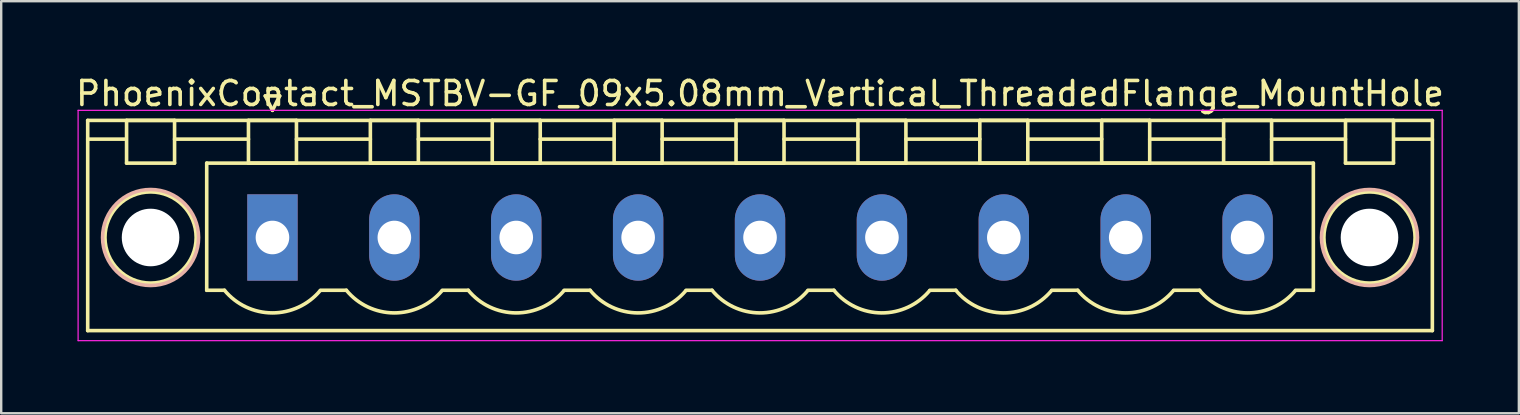
<source format=kicad_pcb>
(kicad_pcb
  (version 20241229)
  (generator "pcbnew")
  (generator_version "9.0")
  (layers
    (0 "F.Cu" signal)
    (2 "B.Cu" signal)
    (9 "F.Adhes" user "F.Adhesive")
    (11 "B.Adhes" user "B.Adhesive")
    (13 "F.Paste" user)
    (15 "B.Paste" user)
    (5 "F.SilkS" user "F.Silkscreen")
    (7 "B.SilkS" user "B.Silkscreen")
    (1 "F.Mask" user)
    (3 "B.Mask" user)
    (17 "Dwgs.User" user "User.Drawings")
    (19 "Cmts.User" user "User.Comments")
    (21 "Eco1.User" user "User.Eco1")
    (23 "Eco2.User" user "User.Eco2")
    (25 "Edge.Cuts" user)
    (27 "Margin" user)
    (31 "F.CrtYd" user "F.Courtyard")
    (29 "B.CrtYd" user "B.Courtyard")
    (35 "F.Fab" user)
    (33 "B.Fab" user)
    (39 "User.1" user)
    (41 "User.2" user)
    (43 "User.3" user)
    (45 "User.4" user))
  (footprint "PhoenixContact_MSTBV-GF_09x5.08mm_Vertical_ThreadedFlange_MountHole"
    (layer "F.Cu")
    (at 8.305 6.848)
    (property "Reference" "PhoenixContact_MSTBV-GF_09x5.08mm_Vertical_ThreadedFlange_MountHole" (at 20.32 -6 0) (layer "F.SilkS") (effects (font (size 1 1) (thickness 0.15))))
    (attr through_hole)
    (fp_line (start -7.7 -4.88) (end -7.7 3.88) (stroke (width 0.15) (type solid)) (layer "F.SilkS"))
    (fp_line (start -7.7 -4.1) (end -6.16 -4.1) (stroke (width 0.15) (type solid)) (layer "F.SilkS"))
    (fp_line (start -7.7 3.88) (end 48.34 3.88) (stroke (width 0.15) (type solid)) (layer "F.SilkS"))
    (fp_line (start -6.08 -4.88) (end -4.08 -4.88) (stroke (width 0.15) (type solid)) (layer "F.SilkS"))
    (fp_line (start -6.08 -3.1) (end -6.08 -4.88) (stroke (width 0.15) (type solid)) (layer "F.SilkS"))
    (fp_line (start -4.08 -4.88) (end -4.08 -3.1) (stroke (width 0.15) (type solid)) (layer "F.SilkS"))
    (fp_line (start -4.08 -4.1) (end -1 -4.1) (stroke (width 0.15) (type solid)) (layer "F.SilkS"))
    (fp_line (start -4.08 -3.1) (end -6.08 -3.1) (stroke (width 0.15) (type solid)) (layer "F.SilkS"))
    (fp_line (start -2.74 -3.1) (end 43.38 -3.1) (stroke (width 0.15) (type solid)) (layer "F.SilkS"))
    (fp_line (start -2.74 2.2) (end -2.74 -3.1) (stroke (width 0.15) (type solid)) (layer "F.SilkS"))
    (fp_line (start -2 2.2) (end -2.74 2.2) (stroke (width 0.15) (type solid)) (layer "F.SilkS"))
    (fp_line (start -1 -4.88) (end 1 -4.88) (stroke (width 0.15) (type solid)) (layer "F.SilkS"))
    (fp_line (start -1 -3.1) (end -1 -4.88) (stroke (width 0.15) (type solid)) (layer "F.SilkS"))
    (fp_line (start -0.3 -5.9) (end 0 -5.3) (stroke (width 0.15) (type solid)) (layer "F.SilkS"))
    (fp_line (start 0 -5.3) (end 0.3 -5.9) (stroke (width 0.15) (type solid)) (layer "F.SilkS"))
    (fp_line (start 0.3 -5.9) (end -0.3 -5.9) (stroke (width 0.15) (type solid)) (layer "F.SilkS"))
    (fp_line (start 1 -4.88) (end 1 -3.1) (stroke (width 0.15) (type solid)) (layer "F.SilkS"))
    (fp_line (start 1 -4.1) (end 4.08 -4.1) (stroke (width 0.15) (type solid)) (layer "F.SilkS"))
    (fp_line (start 1 -3.1) (end -1 -3.1) (stroke (width 0.15) (type solid)) (layer "F.SilkS"))
    (fp_line (start 2 2.2) (end 3.08 2.2) (stroke (width 0.15) (type solid)) (layer "F.SilkS"))
    (fp_line (start 4.08 -4.88) (end 6.08 -4.88) (stroke (width 0.15) (type solid)) (layer "F.SilkS"))
    (fp_line (start 4.08 -3.1) (end 4.08 -4.88) (stroke (width 0.15) (type solid)) (layer "F.SilkS"))
    (fp_line (start 6.08 -4.88) (end 6.08 -3.1) (stroke (width 0.15) (type solid)) (layer "F.SilkS"))
    (fp_line (start 6.08 -4.1) (end 9.16 -4.1) (stroke (width 0.15) (type solid)) (layer "F.SilkS"))
    (fp_line (start 6.08 -3.1) (end 4.08 -3.1) (stroke (width 0.15) (type solid)) (layer "F.SilkS"))
    (fp_line (start 7.08 2.2) (end 8.16 2.2) (stroke (width 0.15) (type solid)) (layer "F.SilkS"))
    (fp_line (start 9.16 -4.88) (end 11.16 -4.88) (stroke (width 0.15) (type solid)) (layer "F.SilkS"))
    (fp_line (start 9.16 -3.1) (end 9.16 -4.88) (stroke (width 0.15) (type solid)) (layer "F.SilkS"))
    (fp_line (start 11.16 -4.88) (end 11.16 -3.1) (stroke (width 0.15) (type solid)) (layer "F.SilkS"))
    (fp_line (start 11.16 -4.1) (end 14.24 -4.1) (stroke (width 0.15) (type solid)) (layer "F.SilkS"))
    (fp_line (start 11.16 -3.1) (end 9.16 -3.1) (stroke (width 0.15) (type solid)) (layer "F.SilkS"))
    (fp_line (start 12.16 2.2) (end 13.24 2.2) (stroke (width 0.15) (type solid)) (layer "F.SilkS"))
    (fp_line (start 14.24 -4.88) (end 16.24 -4.88) (stroke (width 0.15) (type solid)) (layer "F.SilkS"))
    (fp_line (start 14.24 -3.1) (end 14.24 -4.88) (stroke (width 0.15) (type solid)) (layer "F.SilkS"))
    (fp_line (start 16.24 -4.88) (end 16.24 -3.1) (stroke (width 0.15) (type solid)) (layer "F.SilkS"))
    (fp_line (start 16.24 -4.1) (end 19.32 -4.1) (stroke (width 0.15) (type solid)) (layer "F.SilkS"))
    (fp_line (start 16.24 -3.1) (end 14.24 -3.1) (stroke (width 0.15) (type solid)) (layer "F.SilkS"))
    (fp_line (start 17.24 2.2) (end 18.32 2.2) (stroke (width 0.15) (type solid)) (layer "F.SilkS"))
    (fp_line (start 19.32 -4.88) (end 21.32 -4.88) (stroke (width 0.15) (type solid)) (layer "F.SilkS"))
    (fp_line (start 19.32 -3.1) (end 19.32 -4.88) (stroke (width 0.15) (type solid)) (layer "F.SilkS"))
    (fp_line (start 21.32 -4.88) (end 21.32 -3.1) (stroke (width 0.15) (type solid)) (layer "F.SilkS"))
    (fp_line (start 21.32 -4.1) (end 24.4 -4.1) (stroke (width 0.15) (type solid)) (layer "F.SilkS"))
    (fp_line (start 21.32 -3.1) (end 19.32 -3.1) (stroke (width 0.15) (type solid)) (layer "F.SilkS"))
    (fp_line (start 22.32 2.2) (end 23.4 2.2) (stroke (width 0.15) (type solid)) (layer "F.SilkS"))
    (fp_line (start 24.4 -4.88) (end 26.4 -4.88) (stroke (width 0.15) (type solid)) (layer "F.SilkS"))
    (fp_line (start 24.4 -3.1) (end 24.4 -4.88) (stroke (width 0.15) (type solid)) (layer "F.SilkS"))
    (fp_line (start 26.4 -4.88) (end 26.4 -3.1) (stroke (width 0.15) (type solid)) (layer "F.SilkS"))
    (fp_line (start 26.4 -4.1) (end 29.48 -4.1) (stroke (width 0.15) (type solid)) (layer "F.SilkS"))
    (fp_line (start 26.4 -3.1) (end 24.4 -3.1) (stroke (width 0.15) (type solid)) (layer "F.SilkS"))
    (fp_line (start 27.4 2.2) (end 28.48 2.2) (stroke (width 0.15) (type solid)) (layer "F.SilkS"))
    (fp_line (start 29.48 -4.88) (end 31.48 -4.88) (stroke (width 0.15) (type solid)) (layer "F.SilkS"))
    (fp_line (start 29.48 -3.1) (end 29.48 -4.88) (stroke (width 0.15) (type solid)) (layer "F.SilkS"))
    (fp_line (start 31.48 -4.88) (end 31.48 -3.1) (stroke (width 0.15) (type solid)) (layer "F.SilkS"))
    (fp_line (start 31.48 -4.1) (end 34.56 -4.1) (stroke (width 0.15) (type solid)) (layer "F.SilkS"))
    (fp_line (start 31.48 -3.1) (end 29.48 -3.1) (stroke (width 0.15) (type solid)) (layer "F.SilkS"))
    (fp_line (start 32.48 2.2) (end 33.56 2.2) (stroke (width 0.15) (type solid)) (layer "F.SilkS"))
    (fp_line (start 34.56 -4.88) (end 36.56 -4.88) (stroke (width 0.15) (type solid)) (layer "F.SilkS"))
    (fp_line (start 34.56 -3.1) (end 34.56 -4.88) (stroke (width 0.15) (type solid)) (layer "F.SilkS"))
    (fp_line (start 36.56 -4.88) (end 36.56 -3.1) (stroke (width 0.15) (type solid)) (layer "F.SilkS"))
    (fp_line (start 36.56 -4.1) (end 39.64 -4.1) (stroke (width 0.15) (type solid)) (layer "F.SilkS"))
    (fp_line (start 36.56 -3.1) (end 34.56 -3.1) (stroke (width 0.15) (type solid)) (layer "F.SilkS"))
    (fp_line (start 37.56 2.2) (end 38.64 2.2) (stroke (width 0.15) (type solid)) (layer "F.SilkS"))
    (fp_line (start 39.64 -4.88) (end 41.64 -4.88) (stroke (width 0.15) (type solid)) (layer "F.SilkS"))
    (fp_line (start 39.64 -3.1) (end 39.64 -4.88) (stroke (width 0.15) (type solid)) (layer "F.SilkS"))
    (fp_line (start 41.64 -4.88) (end 41.64 -3.1) (stroke (width 0.15) (type solid)) (layer "F.SilkS"))
    (fp_line (start 41.64 -4.1) (end 44.72 -4.1) (stroke (width 0.15) (type solid)) (layer "F.SilkS"))
    (fp_line (start 41.64 -3.1) (end 39.64 -3.1) (stroke (width 0.15) (type solid)) (layer "F.SilkS"))
    (fp_line (start 43.38 -3.1) (end 43.38 2.2) (stroke (width 0.15) (type solid)) (layer "F.SilkS"))
    (fp_line (start 43.38 2.2) (end 42.64 2.2) (stroke (width 0.15) (type solid)) (layer "F.SilkS"))
    (fp_line (start 44.72 -4.88) (end 46.72 -4.88) (stroke (width 0.15) (type solid)) (layer "F.SilkS"))
    (fp_line (start 44.72 -3.1) (end 44.72 -4.88) (stroke (width 0.15) (type solid)) (layer "F.SilkS"))
    (fp_line (start 46.72 -4.88) (end 46.72 -3.1) (stroke (width 0.15) (type solid)) (layer "F.SilkS"))
    (fp_line (start 46.72 -3.1) (end 44.72 -3.1) (stroke (width 0.15) (type solid)) (layer "F.SilkS"))
    (fp_line (start 48.34 -4.88) (end -7.7 -4.88) (stroke (width 0.15) (type solid)) (layer "F.SilkS"))
    (fp_line (start 48.34 -4.1) (end 46.8 -4.1) (stroke (width 0.15) (type solid)) (layer "F.SilkS"))
    (fp_line (start 48.34 3.88) (end 48.34 -4.88) (stroke (width 0.15) (type solid)) (layer "F.SilkS"))
    (fp_arc (start 1.986842 2.215821) (mid -0.010289 3.142758) (end -2 2.2) (stroke (width 0.15) (type solid)) (layer "F.SilkS"))
    (fp_arc (start 7.066842 2.215821) (mid 5.069711 3.142758) (end 3.08 2.2) (stroke (width 0.15) (type solid)) (layer "F.SilkS"))
    (fp_arc (start 12.146842 2.215821) (mid 10.149711 3.142758) (end 8.16 2.2) (stroke (width 0.15) (type solid)) (layer "F.SilkS"))
    (fp_arc (start 17.226842 2.215821) (mid 15.229711 3.142758) (end 13.24 2.2) (stroke (width 0.15) (type solid)) (layer "F.SilkS"))
    (fp_arc (start 22.306842 2.215821) (mid 20.309711 3.142758) (end 18.32 2.2) (stroke (width 0.15) (type solid)) (layer "F.SilkS"))
    (fp_arc (start 27.386842 2.215821) (mid 25.389711 3.142758) (end 23.4 2.2) (stroke (width 0.15) (type solid)) (layer "F.SilkS"))
    (fp_arc (start 32.466842 2.215821) (mid 30.469711 3.142758) (end 28.48 2.2) (stroke (width 0.15) (type solid)) (layer "F.SilkS"))
    (fp_arc (start 37.546842 2.215821) (mid 35.549711 3.142758) (end 33.56 2.2) (stroke (width 0.15) (type solid)) (layer "F.SilkS"))
    (fp_arc (start 42.626842 2.215821) (mid 40.629711 3.142758) (end 38.64 2.2) (stroke (width 0.15) (type solid)) (layer "F.SilkS"))
    (fp_circle (center -5.08 0) (end -3.18 0) (stroke (width 0.15) (type solid)) (fill no) (layer "F.SilkS"))
    (fp_circle (center 45.72 0) (end 47.62 0) (stroke (width 0.15) (type solid)) (fill no) (layer "F.SilkS"))
    (fp_circle (center -5.08 0) (end -3.08 0) (stroke (width 0.15) (type solid)) (fill no) (layer "B.SilkS"))
    (fp_circle (center 45.72 0) (end 47.72 0) (stroke (width 0.15) (type solid)) (fill no) (layer "B.SilkS"))
    (fp_line (start -8.1 -5.3) (end -8.1 4.3) (stroke (width 0.05) (type solid)) (layer "F.CrtYd"))
    (fp_line (start -8.1 4.3) (end 48.75 4.3) (stroke (width 0.05) (type solid)) (layer "F.CrtYd"))
    (fp_line (start 48.75 -5.3) (end -8.1 -5.3) (stroke (width 0.05) (type solid)) (layer "F.CrtYd"))
    (fp_line (start 48.75 4.3) (end 48.75 -5.3) (stroke (width 0.05) (type solid)) (layer "F.CrtYd"))
    (pad "" np_thru_hole circle (at -5.08 0) (size 2.4 2.4) (drill 2.4) (layers "*.Cu" "*.Mask"))
    (pad "" np_thru_hole circle (at 45.72 0) (size 2.4 2.4) (drill 2.4) (layers "*.Cu" "*.Mask"))
    (pad "1" thru_hole rect (at 0 0) (size 2.1 3.6) (drill 1.4) (layers "*.Cu" "*.Mask"))
    (pad "2" thru_hole oval (at 5.08 0) (size 2.1 3.6) (drill 1.4) (layers "*.Cu" "*.Mask"))
    (pad "3" thru_hole oval (at 10.16 0) (size 2.1 3.6) (drill 1.4) (layers "*.Cu" "*.Mask"))
    (pad "4" thru_hole oval (at 15.24 0) (size 2.1 3.6) (drill 1.4) (layers "*.Cu" "*.Mask"))
    (pad "5" thru_hole oval (at 20.32 0) (size 2.1 3.6) (drill 1.4) (layers "*.Cu" "*.Mask"))
    (pad "6" thru_hole oval (at 25.4 0) (size 2.1 3.6) (drill 1.4) (layers "*.Cu" "*.Mask"))
    (pad "7" thru_hole oval (at 30.48 0) (size 2.1 3.6) (drill 1.4) (layers "*.Cu" "*.Mask"))
    (pad "8" thru_hole oval (at 35.56 0) (size 2.1 3.6) (drill 1.4) (layers "*.Cu" "*.Mask"))
    (pad "9" thru_hole oval (at 40.64 0) (size 2.1 3.6) (drill 1.4) (layers "*.Cu" "*.Mask")))
  (gr_rect
    (start -3 -3)
    (end 60.25 14.173)
    (stroke (width 0.1) (type default))
    (fill no)
    (layer "Edge.Cuts")))
</source>
